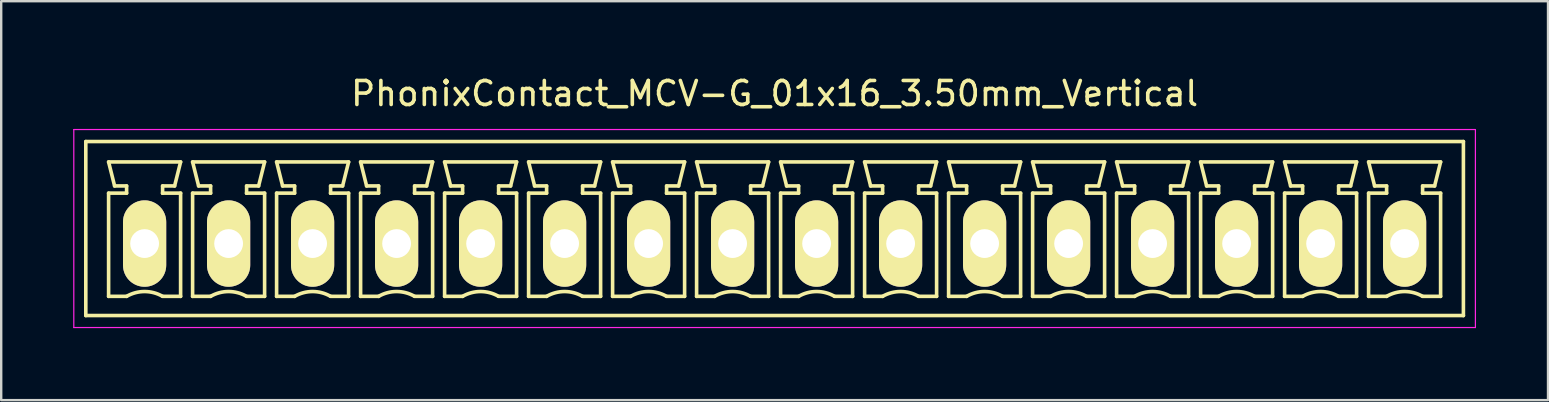
<source format=kicad_pcb>
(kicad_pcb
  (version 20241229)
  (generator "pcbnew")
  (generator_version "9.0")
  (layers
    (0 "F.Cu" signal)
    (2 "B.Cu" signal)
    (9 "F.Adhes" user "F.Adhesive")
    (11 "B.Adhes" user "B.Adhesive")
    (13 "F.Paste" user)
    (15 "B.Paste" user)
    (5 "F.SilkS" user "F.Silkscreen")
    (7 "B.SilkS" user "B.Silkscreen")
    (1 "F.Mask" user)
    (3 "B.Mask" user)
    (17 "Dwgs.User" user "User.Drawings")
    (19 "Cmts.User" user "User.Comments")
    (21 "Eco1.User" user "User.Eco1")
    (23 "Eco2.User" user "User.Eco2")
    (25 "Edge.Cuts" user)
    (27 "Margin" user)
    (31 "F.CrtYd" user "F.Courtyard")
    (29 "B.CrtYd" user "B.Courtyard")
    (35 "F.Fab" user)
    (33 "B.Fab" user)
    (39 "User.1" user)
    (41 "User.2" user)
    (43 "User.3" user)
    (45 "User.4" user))
  (footprint "PhonixContact_MCV-G_01x16_3.50mm_Vertical"
    (layer "F.Cu")
    (at 2.975 7.098)
    (property "Reference" "PhonixContact_MCV-G_01x16_3.50mm_Vertical" (at 26.25 -6.25 0) (layer "F.SilkS") (effects (font (size 1 1) (thickness 0.15))))
    (attr through_hole)
    (fp_line (start -2.45 -4.25) (end -2.45 3) (stroke (width 0.15) (type solid)) (layer "F.SilkS"))
    (fp_line (start -2.45 3) (end 54.95 3) (stroke (width 0.15) (type solid)) (layer "F.SilkS"))
    (fp_line (start -1.5 -3.4) (end 1.5 -3.4) (stroke (width 0.15) (type solid)) (layer "F.SilkS"))
    (fp_line (start -1.5 -2.1) (end -0.75 -2.1) (stroke (width 0.15) (type solid)) (layer "F.SilkS"))
    (fp_line (start -1.5 2.2) (end -1.5 -2.1) (stroke (width 0.15) (type solid)) (layer "F.SilkS"))
    (fp_line (start -1.25 -2.4) (end -1.5 -3.4) (stroke (width 0.15) (type solid)) (layer "F.SilkS"))
    (fp_line (start -0.75 -2.4) (end -1.25 -2.4) (stroke (width 0.15) (type solid)) (layer "F.SilkS"))
    (fp_line (start -0.75 -2.1) (end -0.75 -2.4) (stroke (width 0.15) (type solid)) (layer "F.SilkS"))
    (fp_line (start -0.75 2.2) (end -1.5 2.2) (stroke (width 0.15) (type solid)) (layer "F.SilkS"))
    (fp_line (start 0.75 -2.4) (end 0.75 -2.1) (stroke (width 0.15) (type solid)) (layer "F.SilkS"))
    (fp_line (start 0.75 -2.1) (end 0.75 -2.1) (stroke (width 0.15) (type solid)) (layer "F.SilkS"))
    (fp_line (start 0.75 -2.1) (end 1.5 -2.1) (stroke (width 0.15) (type solid)) (layer "F.SilkS"))
    (fp_line (start 1.25 -2.4) (end 0.75 -2.4) (stroke (width 0.15) (type solid)) (layer "F.SilkS"))
    (fp_line (start 1.5 -3.4) (end 1.25 -2.4) (stroke (width 0.15) (type solid)) (layer "F.SilkS"))
    (fp_line (start 1.5 -2.1) (end 1.5 2.2) (stroke (width 0.15) (type solid)) (layer "F.SilkS"))
    (fp_line (start 1.5 2.2) (end 0.75 2.2) (stroke (width 0.15) (type solid)) (layer "F.SilkS"))
    (fp_line (start 2 -3.4) (end 5 -3.4) (stroke (width 0.15) (type solid)) (layer "F.SilkS"))
    (fp_line (start 2 -2.1) (end 2.75 -2.1) (stroke (width 0.15) (type solid)) (layer "F.SilkS"))
    (fp_line (start 2 2.2) (end 2 -2.1) (stroke (width 0.15) (type solid)) (layer "F.SilkS"))
    (fp_line (start 2.25 -2.4) (end 2 -3.4) (stroke (width 0.15) (type solid)) (layer "F.SilkS"))
    (fp_line (start 2.75 -2.4) (end 2.25 -2.4) (stroke (width 0.15) (type solid)) (layer "F.SilkS"))
    (fp_line (start 2.75 -2.1) (end 2.75 -2.4) (stroke (width 0.15) (type solid)) (layer "F.SilkS"))
    (fp_line (start 2.75 2.2) (end 2 2.2) (stroke (width 0.15) (type solid)) (layer "F.SilkS"))
    (fp_line (start 4.25 -2.4) (end 4.25 -2.1) (stroke (width 0.15) (type solid)) (layer "F.SilkS"))
    (fp_line (start 4.25 -2.1) (end 4.25 -2.1) (stroke (width 0.15) (type solid)) (layer "F.SilkS"))
    (fp_line (start 4.25 -2.1) (end 5 -2.1) (stroke (width 0.15) (type solid)) (layer "F.SilkS"))
    (fp_line (start 4.75 -2.4) (end 4.25 -2.4) (stroke (width 0.15) (type solid)) (layer "F.SilkS"))
    (fp_line (start 5 -3.4) (end 4.75 -2.4) (stroke (width 0.15) (type solid)) (layer "F.SilkS"))
    (fp_line (start 5 -2.1) (end 5 2.2) (stroke (width 0.15) (type solid)) (layer "F.SilkS"))
    (fp_line (start 5 2.2) (end 4.25 2.2) (stroke (width 0.15) (type solid)) (layer "F.SilkS"))
    (fp_line (start 5.5 -3.4) (end 8.5 -3.4) (stroke (width 0.15) (type solid)) (layer "F.SilkS"))
    (fp_line (start 5.5 -2.1) (end 6.25 -2.1) (stroke (width 0.15) (type solid)) (layer "F.SilkS"))
    (fp_line (start 5.5 2.2) (end 5.5 -2.1) (stroke (width 0.15) (type solid)) (layer "F.SilkS"))
    (fp_line (start 5.75 -2.4) (end 5.5 -3.4) (stroke (width 0.15) (type solid)) (layer "F.SilkS"))
    (fp_line (start 6.25 -2.4) (end 5.75 -2.4) (stroke (width 0.15) (type solid)) (layer "F.SilkS"))
    (fp_line (start 6.25 -2.1) (end 6.25 -2.4) (stroke (width 0.15) (type solid)) (layer "F.SilkS"))
    (fp_line (start 6.25 2.2) (end 5.5 2.2) (stroke (width 0.15) (type solid)) (layer "F.SilkS"))
    (fp_line (start 7.75 -2.4) (end 7.75 -2.1) (stroke (width 0.15) (type solid)) (layer "F.SilkS"))
    (fp_line (start 7.75 -2.1) (end 7.75 -2.1) (stroke (width 0.15) (type solid)) (layer "F.SilkS"))
    (fp_line (start 7.75 -2.1) (end 8.5 -2.1) (stroke (width 0.15) (type solid)) (layer "F.SilkS"))
    (fp_line (start 8.25 -2.4) (end 7.75 -2.4) (stroke (width 0.15) (type solid)) (layer "F.SilkS"))
    (fp_line (start 8.5 -3.4) (end 8.25 -2.4) (stroke (width 0.15) (type solid)) (layer "F.SilkS"))
    (fp_line (start 8.5 -2.1) (end 8.5 2.2) (stroke (width 0.15) (type solid)) (layer "F.SilkS"))
    (fp_line (start 8.5 2.2) (end 7.75 2.2) (stroke (width 0.15) (type solid)) (layer "F.SilkS"))
    (fp_line (start 9 -3.4) (end 12 -3.4) (stroke (width 0.15) (type solid)) (layer "F.SilkS"))
    (fp_line (start 9 -2.1) (end 9.75 -2.1) (stroke (width 0.15) (type solid)) (layer "F.SilkS"))
    (fp_line (start 9 2.2) (end 9 -2.1) (stroke (width 0.15) (type solid)) (layer "F.SilkS"))
    (fp_line (start 9.25 -2.4) (end 9 -3.4) (stroke (width 0.15) (type solid)) (layer "F.SilkS"))
    (fp_line (start 9.75 -2.4) (end 9.25 -2.4) (stroke (width 0.15) (type solid)) (layer "F.SilkS"))
    (fp_line (start 9.75 -2.1) (end 9.75 -2.4) (stroke (width 0.15) (type solid)) (layer "F.SilkS"))
    (fp_line (start 9.75 2.2) (end 9 2.2) (stroke (width 0.15) (type solid)) (layer "F.SilkS"))
    (fp_line (start 11.25 -2.4) (end 11.25 -2.1) (stroke (width 0.15) (type solid)) (layer "F.SilkS"))
    (fp_line (start 11.25 -2.1) (end 11.25 -2.1) (stroke (width 0.15) (type solid)) (layer "F.SilkS"))
    (fp_line (start 11.25 -2.1) (end 12 -2.1) (stroke (width 0.15) (type solid)) (layer "F.SilkS"))
    (fp_line (start 11.75 -2.4) (end 11.25 -2.4) (stroke (width 0.15) (type solid)) (layer "F.SilkS"))
    (fp_line (start 12 -3.4) (end 11.75 -2.4) (stroke (width 0.15) (type solid)) (layer "F.SilkS"))
    (fp_line (start 12 -2.1) (end 12 2.2) (stroke (width 0.15) (type solid)) (layer "F.SilkS"))
    (fp_line (start 12 2.2) (end 11.25 2.2) (stroke (width 0.15) (type solid)) (layer "F.SilkS"))
    (fp_line (start 12.5 -3.4) (end 15.5 -3.4) (stroke (width 0.15) (type solid)) (layer "F.SilkS"))
    (fp_line (start 12.5 -2.1) (end 13.25 -2.1) (stroke (width 0.15) (type solid)) (layer "F.SilkS"))
    (fp_line (start 12.5 2.2) (end 12.5 -2.1) (stroke (width 0.15) (type solid)) (layer "F.SilkS"))
    (fp_line (start 12.75 -2.4) (end 12.5 -3.4) (stroke (width 0.15) (type solid)) (layer "F.SilkS"))
    (fp_line (start 13.25 -2.4) (end 12.75 -2.4) (stroke (width 0.15) (type solid)) (layer "F.SilkS"))
    (fp_line (start 13.25 -2.1) (end 13.25 -2.4) (stroke (width 0.15) (type solid)) (layer "F.SilkS"))
    (fp_line (start 13.25 2.2) (end 12.5 2.2) (stroke (width 0.15) (type solid)) (layer "F.SilkS"))
    (fp_line (start 14.75 -2.4) (end 14.75 -2.1) (stroke (width 0.15) (type solid)) (layer "F.SilkS"))
    (fp_line (start 14.75 -2.1) (end 14.75 -2.1) (stroke (width 0.15) (type solid)) (layer "F.SilkS"))
    (fp_line (start 14.75 -2.1) (end 15.5 -2.1) (stroke (width 0.15) (type solid)) (layer "F.SilkS"))
    (fp_line (start 15.25 -2.4) (end 14.75 -2.4) (stroke (width 0.15) (type solid)) (layer "F.SilkS"))
    (fp_line (start 15.5 -3.4) (end 15.25 -2.4) (stroke (width 0.15) (type solid)) (layer "F.SilkS"))
    (fp_line (start 15.5 -2.1) (end 15.5 2.2) (stroke (width 0.15) (type solid)) (layer "F.SilkS"))
    (fp_line (start 15.5 2.2) (end 14.75 2.2) (stroke (width 0.15) (type solid)) (layer "F.SilkS"))
    (fp_line (start 16 -3.4) (end 19 -3.4) (stroke (width 0.15) (type solid)) (layer "F.SilkS"))
    (fp_line (start 16 -2.1) (end 16.75 -2.1) (stroke (width 0.15) (type solid)) (layer "F.SilkS"))
    (fp_line (start 16 2.2) (end 16 -2.1) (stroke (width 0.15) (type solid)) (layer "F.SilkS"))
    (fp_line (start 16.25 -2.4) (end 16 -3.4) (stroke (width 0.15) (type solid)) (layer "F.SilkS"))
    (fp_line (start 16.75 -2.4) (end 16.25 -2.4) (stroke (width 0.15) (type solid)) (layer "F.SilkS"))
    (fp_line (start 16.75 -2.1) (end 16.75 -2.4) (stroke (width 0.15) (type solid)) (layer "F.SilkS"))
    (fp_line (start 16.75 2.2) (end 16 2.2) (stroke (width 0.15) (type solid)) (layer "F.SilkS"))
    (fp_line (start 18.25 -2.4) (end 18.25 -2.1) (stroke (width 0.15) (type solid)) (layer "F.SilkS"))
    (fp_line (start 18.25 -2.1) (end 18.25 -2.1) (stroke (width 0.15) (type solid)) (layer "F.SilkS"))
    (fp_line (start 18.25 -2.1) (end 19 -2.1) (stroke (width 0.15) (type solid)) (layer "F.SilkS"))
    (fp_line (start 18.75 -2.4) (end 18.25 -2.4) (stroke (width 0.15) (type solid)) (layer "F.SilkS"))
    (fp_line (start 19 -3.4) (end 18.75 -2.4) (stroke (width 0.15) (type solid)) (layer "F.SilkS"))
    (fp_line (start 19 -2.1) (end 19 2.2) (stroke (width 0.15) (type solid)) (layer "F.SilkS"))
    (fp_line (start 19 2.2) (end 18.25 2.2) (stroke (width 0.15) (type solid)) (layer "F.SilkS"))
    (fp_line (start 19.5 -3.4) (end 22.5 -3.4) (stroke (width 0.15) (type solid)) (layer "F.SilkS"))
    (fp_line (start 19.5 -2.1) (end 20.25 -2.1) (stroke (width 0.15) (type solid)) (layer "F.SilkS"))
    (fp_line (start 19.5 2.2) (end 19.5 -2.1) (stroke (width 0.15) (type solid)) (layer "F.SilkS"))
    (fp_line (start 19.75 -2.4) (end 19.5 -3.4) (stroke (width 0.15) (type solid)) (layer "F.SilkS"))
    (fp_line (start 20.25 -2.4) (end 19.75 -2.4) (stroke (width 0.15) (type solid)) (layer "F.SilkS"))
    (fp_line (start 20.25 -2.1) (end 20.25 -2.4) (stroke (width 0.15) (type solid)) (layer "F.SilkS"))
    (fp_line (start 20.25 2.2) (end 19.5 2.2) (stroke (width 0.15) (type solid)) (layer "F.SilkS"))
    (fp_line (start 21.75 -2.4) (end 21.75 -2.1) (stroke (width 0.15) (type solid)) (layer "F.SilkS"))
    (fp_line (start 21.75 -2.1) (end 21.75 -2.1) (stroke (width 0.15) (type solid)) (layer "F.SilkS"))
    (fp_line (start 21.75 -2.1) (end 22.5 -2.1) (stroke (width 0.15) (type solid)) (layer "F.SilkS"))
    (fp_line (start 22.25 -2.4) (end 21.75 -2.4) (stroke (width 0.15) (type solid)) (layer "F.SilkS"))
    (fp_line (start 22.5 -3.4) (end 22.25 -2.4) (stroke (width 0.15) (type solid)) (layer "F.SilkS"))
    (fp_line (start 22.5 -2.1) (end 22.5 2.2) (stroke (width 0.15) (type solid)) (layer "F.SilkS"))
    (fp_line (start 22.5 2.2) (end 21.75 2.2) (stroke (width 0.15) (type solid)) (layer "F.SilkS"))
    (fp_line (start 23 -3.4) (end 26 -3.4) (stroke (width 0.15) (type solid)) (layer "F.SilkS"))
    (fp_line (start 23 -2.1) (end 23.75 -2.1) (stroke (width 0.15) (type solid)) (layer "F.SilkS"))
    (fp_line (start 23 2.2) (end 23 -2.1) (stroke (width 0.15) (type solid)) (layer "F.SilkS"))
    (fp_line (start 23.25 -2.4) (end 23 -3.4) (stroke (width 0.15) (type solid)) (layer "F.SilkS"))
    (fp_line (start 23.75 -2.4) (end 23.25 -2.4) (stroke (width 0.15) (type solid)) (layer "F.SilkS"))
    (fp_line (start 23.75 -2.1) (end 23.75 -2.4) (stroke (width 0.15) (type solid)) (layer "F.SilkS"))
    (fp_line (start 23.75 2.2) (end 23 2.2) (stroke (width 0.15) (type solid)) (layer "F.SilkS"))
    (fp_line (start 25.25 -2.4) (end 25.25 -2.1) (stroke (width 0.15) (type solid)) (layer "F.SilkS"))
    (fp_line (start 25.25 -2.1) (end 25.25 -2.1) (stroke (width 0.15) (type solid)) (layer "F.SilkS"))
    (fp_line (start 25.25 -2.1) (end 26 -2.1) (stroke (width 0.15) (type solid)) (layer "F.SilkS"))
    (fp_line (start 25.75 -2.4) (end 25.25 -2.4) (stroke (width 0.15) (type solid)) (layer "F.SilkS"))
    (fp_line (start 26 -3.4) (end 25.75 -2.4) (stroke (width 0.15) (type solid)) (layer "F.SilkS"))
    (fp_line (start 26 -2.1) (end 26 2.2) (stroke (width 0.15) (type solid)) (layer "F.SilkS"))
    (fp_line (start 26 2.2) (end 25.25 2.2) (stroke (width 0.15) (type solid)) (layer "F.SilkS"))
    (fp_line (start 26.5 -3.4) (end 29.5 -3.4) (stroke (width 0.15) (type solid)) (layer "F.SilkS"))
    (fp_line (start 26.5 -2.1) (end 27.25 -2.1) (stroke (width 0.15) (type solid)) (layer "F.SilkS"))
    (fp_line (start 26.5 2.2) (end 26.5 -2.1) (stroke (width 0.15) (type solid)) (layer "F.SilkS"))
    (fp_line (start 26.75 -2.4) (end 26.5 -3.4) (stroke (width 0.15) (type solid)) (layer "F.SilkS"))
    (fp_line (start 27.25 -2.4) (end 26.75 -2.4) (stroke (width 0.15) (type solid)) (layer "F.SilkS"))
    (fp_line (start 27.25 -2.1) (end 27.25 -2.4) (stroke (width 0.15) (type solid)) (layer "F.SilkS"))
    (fp_line (start 27.25 2.2) (end 26.5 2.2) (stroke (width 0.15) (type solid)) (layer "F.SilkS"))
    (fp_line (start 28.75 -2.4) (end 28.75 -2.1) (stroke (width 0.15) (type solid)) (layer "F.SilkS"))
    (fp_line (start 28.75 -2.1) (end 28.75 -2.1) (stroke (width 0.15) (type solid)) (layer "F.SilkS"))
    (fp_line (start 28.75 -2.1) (end 29.5 -2.1) (stroke (width 0.15) (type solid)) (layer "F.SilkS"))
    (fp_line (start 29.25 -2.4) (end 28.75 -2.4) (stroke (width 0.15) (type solid)) (layer "F.SilkS"))
    (fp_line (start 29.5 -3.4) (end 29.25 -2.4) (stroke (width 0.15) (type solid)) (layer "F.SilkS"))
    (fp_line (start 29.5 -2.1) (end 29.5 2.2) (stroke (width 0.15) (type solid)) (layer "F.SilkS"))
    (fp_line (start 29.5 2.2) (end 28.75 2.2) (stroke (width 0.15) (type solid)) (layer "F.SilkS"))
    (fp_line (start 30 -3.4) (end 33 -3.4) (stroke (width 0.15) (type solid)) (layer "F.SilkS"))
    (fp_line (start 30 -2.1) (end 30.75 -2.1) (stroke (width 0.15) (type solid)) (layer "F.SilkS"))
    (fp_line (start 30 2.2) (end 30 -2.1) (stroke (width 0.15) (type solid)) (layer "F.SilkS"))
    (fp_line (start 30.25 -2.4) (end 30 -3.4) (stroke (width 0.15) (type solid)) (layer "F.SilkS"))
    (fp_line (start 30.75 -2.4) (end 30.25 -2.4) (stroke (width 0.15) (type solid)) (layer "F.SilkS"))
    (fp_line (start 30.75 -2.1) (end 30.75 -2.4) (stroke (width 0.15) (type solid)) (layer "F.SilkS"))
    (fp_line (start 30.75 2.2) (end 30 2.2) (stroke (width 0.15) (type solid)) (layer "F.SilkS"))
    (fp_line (start 32.25 -2.4) (end 32.25 -2.1) (stroke (width 0.15) (type solid)) (layer "F.SilkS"))
    (fp_line (start 32.25 -2.1) (end 32.25 -2.1) (stroke (width 0.15) (type solid)) (layer "F.SilkS"))
    (fp_line (start 32.25 -2.1) (end 33 -2.1) (stroke (width 0.15) (type solid)) (layer "F.SilkS"))
    (fp_line (start 32.75 -2.4) (end 32.25 -2.4) (stroke (width 0.15) (type solid)) (layer "F.SilkS"))
    (fp_line (start 33 -3.4) (end 32.75 -2.4) (stroke (width 0.15) (type solid)) (layer "F.SilkS"))
    (fp_line (start 33 -2.1) (end 33 2.2) (stroke (width 0.15) (type solid)) (layer "F.SilkS"))
    (fp_line (start 33 2.2) (end 32.25 2.2) (stroke (width 0.15) (type solid)) (layer "F.SilkS"))
    (fp_line (start 33.5 -3.4) (end 36.5 -3.4) (stroke (width 0.15) (type solid)) (layer "F.SilkS"))
    (fp_line (start 33.5 -2.1) (end 34.25 -2.1) (stroke (width 0.15) (type solid)) (layer "F.SilkS"))
    (fp_line (start 33.5 2.2) (end 33.5 -2.1) (stroke (width 0.15) (type solid)) (layer "F.SilkS"))
    (fp_line (start 33.75 -2.4) (end 33.5 -3.4) (stroke (width 0.15) (type solid)) (layer "F.SilkS"))
    (fp_line (start 34.25 -2.4) (end 33.75 -2.4) (stroke (width 0.15) (type solid)) (layer "F.SilkS"))
    (fp_line (start 34.25 -2.1) (end 34.25 -2.4) (stroke (width 0.15) (type solid)) (layer "F.SilkS"))
    (fp_line (start 34.25 2.2) (end 33.5 2.2) (stroke (width 0.15) (type solid)) (layer "F.SilkS"))
    (fp_line (start 35.75 -2.4) (end 35.75 -2.1) (stroke (width 0.15) (type solid)) (layer "F.SilkS"))
    (fp_line (start 35.75 -2.1) (end 35.75 -2.1) (stroke (width 0.15) (type solid)) (layer "F.SilkS"))
    (fp_line (start 35.75 -2.1) (end 36.5 -2.1) (stroke (width 0.15) (type solid)) (layer "F.SilkS"))
    (fp_line (start 36.25 -2.4) (end 35.75 -2.4) (stroke (width 0.15) (type solid)) (layer "F.SilkS"))
    (fp_line (start 36.5 -3.4) (end 36.25 -2.4) (stroke (width 0.15) (type solid)) (layer "F.SilkS"))
    (fp_line (start 36.5 -2.1) (end 36.5 2.2) (stroke (width 0.15) (type solid)) (layer "F.SilkS"))
    (fp_line (start 36.5 2.2) (end 35.75 2.2) (stroke (width 0.15) (type solid)) (layer "F.SilkS"))
    (fp_line (start 37 -3.4) (end 40 -3.4) (stroke (width 0.15) (type solid)) (layer "F.SilkS"))
    (fp_line (start 37 -2.1) (end 37.75 -2.1) (stroke (width 0.15) (type solid)) (layer "F.SilkS"))
    (fp_line (start 37 2.2) (end 37 -2.1) (stroke (width 0.15) (type solid)) (layer "F.SilkS"))
    (fp_line (start 37.25 -2.4) (end 37 -3.4) (stroke (width 0.15) (type solid)) (layer "F.SilkS"))
    (fp_line (start 37.75 -2.4) (end 37.25 -2.4) (stroke (width 0.15) (type solid)) (layer "F.SilkS"))
    (fp_line (start 37.75 -2.1) (end 37.75 -2.4) (stroke (width 0.15) (type solid)) (layer "F.SilkS"))
    (fp_line (start 37.75 2.2) (end 37 2.2) (stroke (width 0.15) (type solid)) (layer "F.SilkS"))
    (fp_line (start 39.25 -2.4) (end 39.25 -2.1) (stroke (width 0.15) (type solid)) (layer "F.SilkS"))
    (fp_line (start 39.25 -2.1) (end 39.25 -2.1) (stroke (width 0.15) (type solid)) (layer "F.SilkS"))
    (fp_line (start 39.25 -2.1) (end 40 -2.1) (stroke (width 0.15) (type solid)) (layer "F.SilkS"))
    (fp_line (start 39.75 -2.4) (end 39.25 -2.4) (stroke (width 0.15) (type solid)) (layer "F.SilkS"))
    (fp_line (start 40 -3.4) (end 39.75 -2.4) (stroke (width 0.15) (type solid)) (layer "F.SilkS"))
    (fp_line (start 40 -2.1) (end 40 2.2) (stroke (width 0.15) (type solid)) (layer "F.SilkS"))
    (fp_line (start 40 2.2) (end 39.25 2.2) (stroke (width 0.15) (type solid)) (layer "F.SilkS"))
    (fp_line (start 40.5 -3.4) (end 43.5 -3.4) (stroke (width 0.15) (type solid)) (layer "F.SilkS"))
    (fp_line (start 40.5 -2.1) (end 41.25 -2.1) (stroke (width 0.15) (type solid)) (layer "F.SilkS"))
    (fp_line (start 40.5 2.2) (end 40.5 -2.1) (stroke (width 0.15) (type solid)) (layer "F.SilkS"))
    (fp_line (start 40.75 -2.4) (end 40.5 -3.4) (stroke (width 0.15) (type solid)) (layer "F.SilkS"))
    (fp_line (start 41.25 -2.4) (end 40.75 -2.4) (stroke (width 0.15) (type solid)) (layer "F.SilkS"))
    (fp_line (start 41.25 -2.1) (end 41.25 -2.4) (stroke (width 0.15) (type solid)) (layer "F.SilkS"))
    (fp_line (start 41.25 2.2) (end 40.5 2.2) (stroke (width 0.15) (type solid)) (layer "F.SilkS"))
    (fp_line (start 42.75 -2.4) (end 42.75 -2.1) (stroke (width 0.15) (type solid)) (layer "F.SilkS"))
    (fp_line (start 42.75 -2.1) (end 42.75 -2.1) (stroke (width 0.15) (type solid)) (layer "F.SilkS"))
    (fp_line (start 42.75 -2.1) (end 43.5 -2.1) (stroke (width 0.15) (type solid)) (layer "F.SilkS"))
    (fp_line (start 43.25 -2.4) (end 42.75 -2.4) (stroke (width 0.15) (type solid)) (layer "F.SilkS"))
    (fp_line (start 43.5 -3.4) (end 43.25 -2.4) (stroke (width 0.15) (type solid)) (layer "F.SilkS"))
    (fp_line (start 43.5 -2.1) (end 43.5 2.2) (stroke (width 0.15) (type solid)) (layer "F.SilkS"))
    (fp_line (start 43.5 2.2) (end 42.75 2.2) (stroke (width 0.15) (type solid)) (layer "F.SilkS"))
    (fp_line (start 44 -3.4) (end 47 -3.4) (stroke (width 0.15) (type solid)) (layer "F.SilkS"))
    (fp_line (start 44 -2.1) (end 44.75 -2.1) (stroke (width 0.15) (type solid)) (layer "F.SilkS"))
    (fp_line (start 44 2.2) (end 44 -2.1) (stroke (width 0.15) (type solid)) (layer "F.SilkS"))
    (fp_line (start 44.25 -2.4) (end 44 -3.4) (stroke (width 0.15) (type solid)) (layer "F.SilkS"))
    (fp_line (start 44.75 -2.4) (end 44.25 -2.4) (stroke (width 0.15) (type solid)) (layer "F.SilkS"))
    (fp_line (start 44.75 -2.1) (end 44.75 -2.4) (stroke (width 0.15) (type solid)) (layer "F.SilkS"))
    (fp_line (start 44.75 2.2) (end 44 2.2) (stroke (width 0.15) (type solid)) (layer "F.SilkS"))
    (fp_line (start 46.25 -2.4) (end 46.25 -2.1) (stroke (width 0.15) (type solid)) (layer "F.SilkS"))
    (fp_line (start 46.25 -2.1) (end 46.25 -2.1) (stroke (width 0.15) (type solid)) (layer "F.SilkS"))
    (fp_line (start 46.25 -2.1) (end 47 -2.1) (stroke (width 0.15) (type solid)) (layer "F.SilkS"))
    (fp_line (start 46.75 -2.4) (end 46.25 -2.4) (stroke (width 0.15) (type solid)) (layer "F.SilkS"))
    (fp_line (start 47 -3.4) (end 46.75 -2.4) (stroke (width 0.15) (type solid)) (layer "F.SilkS"))
    (fp_line (start 47 -2.1) (end 47 2.2) (stroke (width 0.15) (type solid)) (layer "F.SilkS"))
    (fp_line (start 47 2.2) (end 46.25 2.2) (stroke (width 0.15) (type solid)) (layer "F.SilkS"))
    (fp_line (start 47.5 -3.4) (end 50.5 -3.4) (stroke (width 0.15) (type solid)) (layer "F.SilkS"))
    (fp_line (start 47.5 -2.1) (end 48.25 -2.1) (stroke (width 0.15) (type solid)) (layer "F.SilkS"))
    (fp_line (start 47.5 2.2) (end 47.5 -2.1) (stroke (width 0.15) (type solid)) (layer "F.SilkS"))
    (fp_line (start 47.75 -2.4) (end 47.5 -3.4) (stroke (width 0.15) (type solid)) (layer "F.SilkS"))
    (fp_line (start 48.25 -2.4) (end 47.75 -2.4) (stroke (width 0.15) (type solid)) (layer "F.SilkS"))
    (fp_line (start 48.25 -2.1) (end 48.25 -2.4) (stroke (width 0.15) (type solid)) (layer "F.SilkS"))
    (fp_line (start 48.25 2.2) (end 47.5 2.2) (stroke (width 0.15) (type solid)) (layer "F.SilkS"))
    (fp_line (start 49.75 -2.4) (end 49.75 -2.1) (stroke (width 0.15) (type solid)) (layer "F.SilkS"))
    (fp_line (start 49.75 -2.1) (end 49.75 -2.1) (stroke (width 0.15) (type solid)) (layer "F.SilkS"))
    (fp_line (start 49.75 -2.1) (end 50.5 -2.1) (stroke (width 0.15) (type solid)) (layer "F.SilkS"))
    (fp_line (start 50.25 -2.4) (end 49.75 -2.4) (stroke (width 0.15) (type solid)) (layer "F.SilkS"))
    (fp_line (start 50.5 -3.4) (end 50.25 -2.4) (stroke (width 0.15) (type solid)) (layer "F.SilkS"))
    (fp_line (start 50.5 -2.1) (end 50.5 2.2) (stroke (width 0.15) (type solid)) (layer "F.SilkS"))
    (fp_line (start 50.5 2.2) (end 49.75 2.2) (stroke (width 0.15) (type solid)) (layer "F.SilkS"))
    (fp_line (start 51 -3.4) (end 54 -3.4) (stroke (width 0.15) (type solid)) (layer "F.SilkS"))
    (fp_line (start 51 -2.1) (end 51.75 -2.1) (stroke (width 0.15) (type solid)) (layer "F.SilkS"))
    (fp_line (start 51 2.2) (end 51 -2.1) (stroke (width 0.15) (type solid)) (layer "F.SilkS"))
    (fp_line (start 51.25 -2.4) (end 51 -3.4) (stroke (width 0.15) (type solid)) (layer "F.SilkS"))
    (fp_line (start 51.75 -2.4) (end 51.25 -2.4) (stroke (width 0.15) (type solid)) (layer "F.SilkS"))
    (fp_line (start 51.75 -2.1) (end 51.75 -2.4) (stroke (width 0.15) (type solid)) (layer "F.SilkS"))
    (fp_line (start 51.75 2.2) (end 51 2.2) (stroke (width 0.15) (type solid)) (layer "F.SilkS"))
    (fp_line (start 53.25 -2.4) (end 53.25 -2.1) (stroke (width 0.15) (type solid)) (layer "F.SilkS"))
    (fp_line (start 53.25 -2.1) (end 53.25 -2.1) (stroke (width 0.15) (type solid)) (layer "F.SilkS"))
    (fp_line (start 53.25 -2.1) (end 54 -2.1) (stroke (width 0.15) (type solid)) (layer "F.SilkS"))
    (fp_line (start 53.75 -2.4) (end 53.25 -2.4) (stroke (width 0.15) (type solid)) (layer "F.SilkS"))
    (fp_line (start 54 -3.4) (end 53.75 -2.4) (stroke (width 0.15) (type solid)) (layer "F.SilkS"))
    (fp_line (start 54 -2.1) (end 54 2.2) (stroke (width 0.15) (type solid)) (layer "F.SilkS"))
    (fp_line (start 54 2.2) (end 53.25 2.2) (stroke (width 0.15) (type solid)) (layer "F.SilkS"))
    (fp_line (start 54.95 -4.25) (end -2.45 -4.25) (stroke (width 0.15) (type solid)) (layer "F.SilkS"))
    (fp_line (start 54.95 3) (end 54.95 -4.25) (stroke (width 0.15) (type solid)) (layer "F.SilkS"))
    (fp_arc (start -0.75 2.2) (mid -0.006068 1.999179) (end 0.739464 2.193978) (stroke (width 0.15) (type solid)) (layer "F.SilkS"))
    (fp_arc (start 2.75 2.2) (mid 3.493932 1.999179) (end 4.239464 2.193978) (stroke (width 0.15) (type solid)) (layer "F.SilkS"))
    (fp_arc (start 6.25 2.2) (mid 6.993932 1.999179) (end 7.739464 2.193978) (stroke (width 0.15) (type solid)) (layer "F.SilkS"))
    (fp_arc (start 9.75 2.2) (mid 10.493932 1.999179) (end 11.239464 2.193978) (stroke (width 0.15) (type solid)) (layer "F.SilkS"))
    (fp_arc (start 13.25 2.2) (mid 13.993932 1.999179) (end 14.739464 2.193978) (stroke (width 0.15) (type solid)) (layer "F.SilkS"))
    (fp_arc (start 16.75 2.2) (mid 17.493932 1.999179) (end 18.239464 2.193978) (stroke (width 0.15) (type solid)) (layer "F.SilkS"))
    (fp_arc (start 20.25 2.2) (mid 20.993932 1.999179) (end 21.739464 2.193978) (stroke (width 0.15) (type solid)) (layer "F.SilkS"))
    (fp_arc (start 23.75 2.2) (mid 24.493932 1.999179) (end 25.239464 2.193978) (stroke (width 0.15) (type solid)) (layer "F.SilkS"))
    (fp_arc (start 27.25 2.2) (mid 27.993932 1.999179) (end 28.739464 2.193978) (stroke (width 0.15) (type solid)) (layer "F.SilkS"))
    (fp_arc (start 30.75 2.2) (mid 31.493932 1.999179) (end 32.239464 2.193978) (stroke (width 0.15) (type solid)) (layer "F.SilkS"))
    (fp_arc (start 34.25 2.2) (mid 34.993932 1.999179) (end 35.739464 2.193978) (stroke (width 0.15) (type solid)) (layer "F.SilkS"))
    (fp_arc (start 37.75 2.2) (mid 38.493932 1.999179) (end 39.239464 2.193978) (stroke (width 0.15) (type solid)) (layer "F.SilkS"))
    (fp_arc (start 41.25 2.2) (mid 41.993932 1.999179) (end 42.739464 2.193978) (stroke (width 0.15) (type solid)) (layer "F.SilkS"))
    (fp_arc (start 44.75 2.2) (mid 45.493932 1.999179) (end 46.239464 2.193978) (stroke (width 0.15) (type solid)) (layer "F.SilkS"))
    (fp_arc (start 48.25 2.2) (mid 48.993932 1.999179) (end 49.739464 2.193978) (stroke (width 0.15) (type solid)) (layer "F.SilkS"))
    (fp_arc (start 51.75 2.2) (mid 52.493932 1.999179) (end 53.239464 2.193978) (stroke (width 0.15) (type solid)) (layer "F.SilkS"))
    (fp_line (start -2.95 -4.75) (end -2.95 3.5) (stroke (width 0.05) (type solid)) (layer "F.CrtYd"))
    (fp_line (start -2.95 3.5) (end 55.45 3.5) (stroke (width 0.05) (type solid)) (layer "F.CrtYd"))
    (fp_line (start 55.45 -4.75) (end -2.95 -4.75) (stroke (width 0.05) (type solid)) (layer "F.CrtYd"))
    (fp_line (start 55.45 3.5) (end 55.45 -4.75) (stroke (width 0.05) (type solid)) (layer "F.CrtYd"))
    (pad "1" thru_hole oval (at 0 0) (size 1.8 3.6) (drill 1.2) (layers "*.Cu" "*.Mask" "F.SilkS"))
    (pad "2" thru_hole oval (at 3.5 0) (size 1.8 3.6) (drill 1.2) (layers "*.Cu" "*.Mask" "F.SilkS"))
    (pad "3" thru_hole oval (at 7 0) (size 1.8 3.6) (drill 1.2) (layers "*.Cu" "*.Mask" "F.SilkS"))
    (pad "4" thru_hole oval (at 10.5 0) (size 1.8 3.6) (drill 1.2) (layers "*.Cu" "*.Mask" "F.SilkS"))
    (pad "5" thru_hole oval (at 14 0) (size 1.8 3.6) (drill 1.2) (layers "*.Cu" "*.Mask" "F.SilkS"))
    (pad "6" thru_hole oval (at 17.5 0) (size 1.8 3.6) (drill 1.2) (layers "*.Cu" "*.Mask" "F.SilkS"))
    (pad "7" thru_hole oval (at 21 0) (size 1.8 3.6) (drill 1.2) (layers "*.Cu" "*.Mask" "F.SilkS"))
    (pad "8" thru_hole oval (at 24.5 0) (size 1.8 3.6) (drill 1.2) (layers "*.Cu" "*.Mask" "F.SilkS"))
    (pad "9" thru_hole oval (at 28 0) (size 1.8 3.6) (drill 1.2) (layers "*.Cu" "*.Mask" "F.SilkS"))
    (pad "10" thru_hole oval (at 31.5 0) (size 1.8 3.6) (drill 1.2) (layers "*.Cu" "*.Mask" "F.SilkS"))
    (pad "11" thru_hole oval (at 35 0) (size 1.8 3.6) (drill 1.2) (layers "*.Cu" "*.Mask" "F.SilkS"))
    (pad "12" thru_hole oval (at 38.5 0) (size 1.8 3.6) (drill 1.2) (layers "*.Cu" "*.Mask" "F.SilkS"))
    (pad "13" thru_hole oval (at 42 0) (size 1.8 3.6) (drill 1.2) (layers "*.Cu" "*.Mask" "F.SilkS"))
    (pad "14" thru_hole oval (at 45.5 0) (size 1.8 3.6) (drill 1.2) (layers "*.Cu" "*.Mask" "F.SilkS"))
    (pad "15" thru_hole oval (at 49 0) (size 1.8 3.6) (drill 1.2) (layers "*.Cu" "*.Mask" "F.SilkS"))
    (pad "16" thru_hole oval (at 52.5 0) (size 1.8 3.6) (drill 1.2) (layers "*.Cu" "*.Mask" "F.SilkS")))
  (gr_rect
    (start -3 -3)
    (end 61.45 13.623)
    (stroke (width 0.1) (type default))
    (fill no)
    (layer "Edge.Cuts")))
</source>
